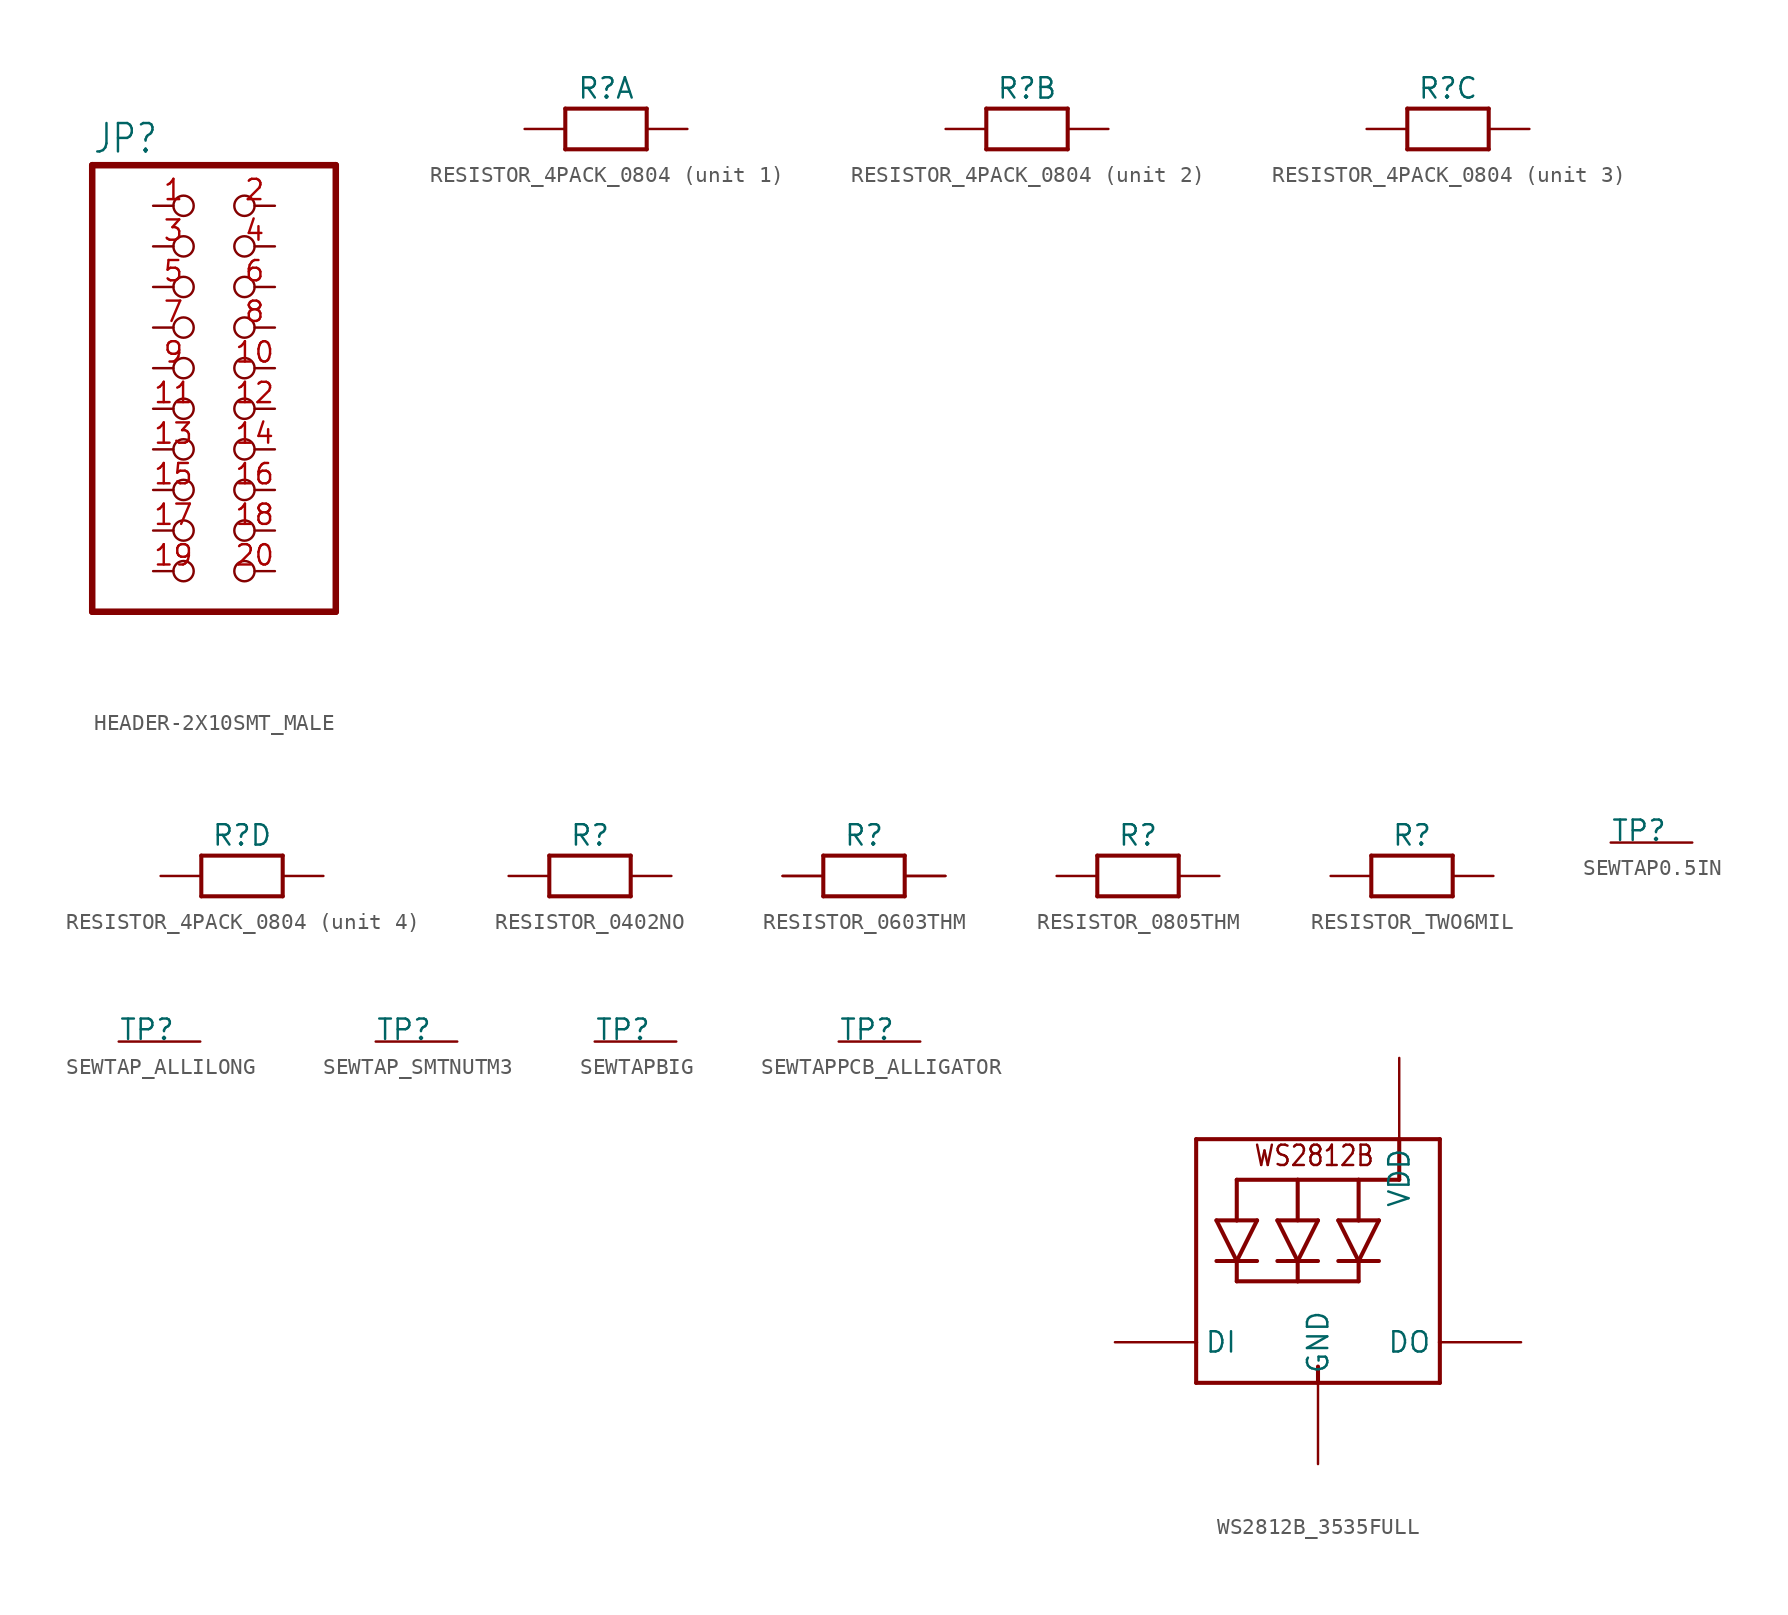
<source format=kicad_sym>
(kicad_symbol_lib
  (version 20231120)
  (generator "kicad_symbol_editor")
  (generator_version "8.0")
  (symbol "HEADER-2X10SMT_MALE"
    (property "Reference" "JP"
      (at -6.35 13.335 0)
      (effects (font (size 1.778 1.511)) (justify left bottom)))
    (property "Value" ""
      (at -6.35 -17.78 0)
      (effects (font (size 1.778 1.511)) (justify left bottom)))
    (property "ki_locked" ""
      (at 0 0 0)
      (effects (font (size 1.27 1.27))))
    (symbol "HEADER-2X10SMT_MALE_1_0"
      (polyline (pts (xy -6.35 -15.24) (xy 8.89 -15.24)) (stroke (width 0.406) (type solid)) (fill (type none)))
      (polyline (pts (xy -6.35 12.7) (xy -6.35 -15.24)) (stroke (width 0.406) (type solid)) (fill (type none)))
      (polyline (pts (xy 8.89 -15.24) (xy 8.89 12.7)) (stroke (width 0.406) (type solid)) (fill (type none)))
      (polyline (pts (xy 8.89 12.7) (xy -6.35 12.7)) (stroke (width 0.406) (type solid)) (fill (type none)))
      (pin passive inverted (at -2.54 10.16 0) (length 2.54) (name "1" (effects (font (size 0 0)))) (number "1" (effects (font (size 1.27 1.27)))))
      (pin passive inverted (at 5.08 0 180) (length 2.54) (name "10" (effects (font (size 0 0)))) (number "10" (effects (font (size 1.27 1.27)))))
      (pin passive inverted (at -2.54 -2.54 0) (length 2.54) (name "11" (effects (font (size 0 0)))) (number "11" (effects (font (size 1.27 1.27)))))
      (pin passive inverted (at 5.08 -2.54 180) (length 2.54) (name "12" (effects (font (size 0 0)))) (number "12" (effects (font (size 1.27 1.27)))))
      (pin passive inverted (at -2.54 -5.08 0) (length 2.54) (name "13" (effects (font (size 0 0)))) (number "13" (effects (font (size 1.27 1.27)))))
      (pin passive inverted (at 5.08 -5.08 180) (length 2.54) (name "14" (effects (font (size 0 0)))) (number "14" (effects (font (size 1.27 1.27)))))
      (pin passive inverted (at -2.54 -7.62 0) (length 2.54) (name "15" (effects (font (size 0 0)))) (number "15" (effects (font (size 1.27 1.27)))))
      (pin passive inverted (at 5.08 -7.62 180) (length 2.54) (name "16" (effects (font (size 0 0)))) (number "16" (effects (font (size 1.27 1.27)))))
      (pin passive inverted (at -2.54 -10.16 0) (length 2.54) (name "17" (effects (font (size 0 0)))) (number "17" (effects (font (size 1.27 1.27)))))
      (pin passive inverted (at 5.08 -10.16 180) (length 2.54) (name "18" (effects (font (size 0 0)))) (number "18" (effects (font (size 1.27 1.27)))))
      (pin passive inverted (at -2.54 -12.7 0) (length 2.54) (name "19" (effects (font (size 0 0)))) (number "19" (effects (font (size 1.27 1.27)))))
      (pin passive inverted (at 5.08 10.16 180) (length 2.54) (name "2" (effects (font (size 0 0)))) (number "2" (effects (font (size 1.27 1.27)))))
      (pin passive inverted (at 5.08 -12.7 180) (length 2.54) (name "20" (effects (font (size 0 0)))) (number "20" (effects (font (size 1.27 1.27)))))
      (pin passive inverted (at -2.54 7.62 0) (length 2.54) (name "3" (effects (font (size 0 0)))) (number "3" (effects (font (size 1.27 1.27)))))
      (pin passive inverted (at 5.08 7.62 180) (length 2.54) (name "4" (effects (font (size 0 0)))) (number "4" (effects (font (size 1.27 1.27)))))
      (pin passive inverted (at -2.54 5.08 0) (length 2.54) (name "5" (effects (font (size 0 0)))) (number "5" (effects (font (size 1.27 1.27)))))
      (pin passive inverted (at 5.08 5.08 180) (length 2.54) (name "6" (effects (font (size 0 0)))) (number "6" (effects (font (size 1.27 1.27)))))
      (pin passive inverted (at -2.54 2.54 0) (length 2.54) (name "7" (effects (font (size 0 0)))) (number "7" (effects (font (size 1.27 1.27)))))
      (pin passive inverted (at 5.08 2.54 180) (length 2.54) (name "8" (effects (font (size 0 0)))) (number "8" (effects (font (size 1.27 1.27)))))
      (pin passive inverted (at -2.54 0 0) (length 2.54) (name "9" (effects (font (size 0 0)))) (number "9" (effects (font (size 1.27 1.27)))))))
  (symbol "RESISTOR_4PACK_0804"
    (property "Reference" "R"
      (at 0 2.54 0)
      (effects (font (size 1.27 1.27))))
    (property "Value" ""
      (at 0 0 0)
      (effects (font (size 1.016 1.016) (thickness 0.203) (bold yes))))
    (property "ki_locked" ""
      (at 0 0 0)
      (effects (font (size 1.27 1.27))))
    (symbol "RESISTOR_4PACK_0804_1_0"
      (polyline (pts (xy -2.54 -1.27) (xy -2.54 1.27)) (stroke (width 0.254) (type solid)) (fill (type none)))
      (polyline (pts (xy -2.54 1.27) (xy 2.54 1.27)) (stroke (width 0.254) (type solid)) (fill (type none)))
      (polyline (pts (xy 2.54 -1.27) (xy -2.54 -1.27)) (stroke (width 0.254) (type solid)) (fill (type none)))
      (polyline (pts (xy 2.54 1.27) (xy 2.54 -1.27)) (stroke (width 0.254) (type solid)) (fill (type none)))
      (pin passive line (at -5.08 0 0) (length 2.54) (name "1" (effects (font (size 0 0)))) (number "1" (effects (font (size 0 0)))))
      (pin passive line (at 5.08 0 180) (length 2.54) (name "2" (effects (font (size 0 0)))) (number "8" (effects (font (size 0 0))))))
    (symbol "RESISTOR_4PACK_0804_2_0"
      (polyline (pts (xy -2.54 -1.27) (xy -2.54 1.27)) (stroke (width 0.254) (type solid)) (fill (type none)))
      (polyline (pts (xy -2.54 1.27) (xy 2.54 1.27)) (stroke (width 0.254) (type solid)) (fill (type none)))
      (polyline (pts (xy 2.54 -1.27) (xy -2.54 -1.27)) (stroke (width 0.254) (type solid)) (fill (type none)))
      (polyline (pts (xy 2.54 1.27) (xy 2.54 -1.27)) (stroke (width 0.254) (type solid)) (fill (type none)))
      (pin passive line (at -5.08 0 0) (length 2.54) (name "1" (effects (font (size 0 0)))) (number "2" (effects (font (size 0 0)))))
      (pin passive line (at 5.08 0 180) (length 2.54) (name "2" (effects (font (size 0 0)))) (number "7" (effects (font (size 0 0))))))
    (symbol "RESISTOR_4PACK_0804_3_0"
      (polyline (pts (xy -2.54 -1.27) (xy -2.54 1.27)) (stroke (width 0.254) (type solid)) (fill (type none)))
      (polyline (pts (xy -2.54 1.27) (xy 2.54 1.27)) (stroke (width 0.254) (type solid)) (fill (type none)))
      (polyline (pts (xy 2.54 -1.27) (xy -2.54 -1.27)) (stroke (width 0.254) (type solid)) (fill (type none)))
      (polyline (pts (xy 2.54 1.27) (xy 2.54 -1.27)) (stroke (width 0.254) (type solid)) (fill (type none)))
      (pin passive line (at -5.08 0 0) (length 2.54) (name "1" (effects (font (size 0 0)))) (number "3" (effects (font (size 0 0)))))
      (pin passive line (at 5.08 0 180) (length 2.54) (name "2" (effects (font (size 0 0)))) (number "6" (effects (font (size 0 0))))))
    (symbol "RESISTOR_4PACK_0804_4_0"
      (polyline (pts (xy -2.54 -1.27) (xy -2.54 1.27)) (stroke (width 0.254) (type solid)) (fill (type none)))
      (polyline (pts (xy -2.54 1.27) (xy 2.54 1.27)) (stroke (width 0.254) (type solid)) (fill (type none)))
      (polyline (pts (xy 2.54 -1.27) (xy -2.54 -1.27)) (stroke (width 0.254) (type solid)) (fill (type none)))
      (polyline (pts (xy 2.54 1.27) (xy 2.54 -1.27)) (stroke (width 0.254) (type solid)) (fill (type none)))
      (pin passive line (at -5.08 0 0) (length 2.54) (name "1" (effects (font (size 0 0)))) (number "4" (effects (font (size 0 0)))))
      (pin passive line (at 5.08 0 180) (length 2.54) (name "2" (effects (font (size 0 0)))) (number "5" (effects (font (size 0 0)))))))
  (symbol "RESISTOR_0402NO"
    (property "Reference" "R"
      (at 0 2.54 0)
      (effects (font (size 1.27 1.27))))
    (property "Value" ""
      (at 0 0 0)
      (effects (font (size 1.016 1.016) (thickness 0.203) (bold yes))))
    (property "ki_locked" ""
      (at 0 0 0)
      (effects (font (size 1.27 1.27))))
    (symbol "RESISTOR_0402NO_1_0"
      (polyline (pts (xy -2.54 -1.27) (xy -2.54 1.27)) (stroke (width 0.254) (type solid)) (fill (type none)))
      (polyline (pts (xy -2.54 1.27) (xy 2.54 1.27)) (stroke (width 0.254) (type solid)) (fill (type none)))
      (polyline (pts (xy 2.54 -1.27) (xy -2.54 -1.27)) (stroke (width 0.254) (type solid)) (fill (type none)))
      (polyline (pts (xy 2.54 1.27) (xy 2.54 -1.27)) (stroke (width 0.254) (type solid)) (fill (type none)))
      (pin passive line (at -5.08 0 0) (length 2.54) (name "1" (effects (font (size 0 0)))) (number "1" (effects (font (size 0 0)))))
      (pin passive line (at 5.08 0 180) (length 2.54) (name "2" (effects (font (size 0 0)))) (number "2" (effects (font (size 0 0)))))))
  (symbol "RESISTOR_0603THM"
    (property "Reference" "R"
      (at 0 2.54 0)
      (effects (font (size 1.27 1.27))))
    (property "Value" ""
      (at 0 0 0)
      (effects (font (size 1.016 1.016) (thickness 0.203) (bold yes))))
    (property "ki_locked" ""
      (at 0 0 0)
      (effects (font (size 1.27 1.27))))
    (symbol "RESISTOR_0603THM_1_0"
      (polyline (pts (xy -2.54 -1.27) (xy -2.54 1.27)) (stroke (width 0.254) (type solid)) (fill (type none)))
      (polyline (pts (xy -2.54 1.27) (xy 2.54 1.27)) (stroke (width 0.254) (type solid)) (fill (type none)))
      (polyline (pts (xy 2.54 -1.27) (xy -2.54 -1.27)) (stroke (width 0.254) (type solid)) (fill (type none)))
      (polyline (pts (xy 2.54 1.27) (xy 2.54 -1.27)) (stroke (width 0.254) (type solid)) (fill (type none)))
      (pin passive line (at -5.08 0 0) (length 2.54) (name "1" (effects (font (size 0 0)))) (number "1" (effects (font (size 0 0)))))
      (pin passive line (at -5.08 0 0) (length 2.54) (name "1" (effects (font (size 0 0)))) (number "11" (effects (font (size 0 0)))))
      (pin passive line (at 5.08 0 180) (length 2.54) (name "2" (effects (font (size 0 0)))) (number "2" (effects (font (size 0 0)))))
      (pin passive line (at 5.08 0 180) (length 2.54) (name "2" (effects (font (size 0 0)))) (number "22" (effects (font (size 0 0)))))))
  (symbol "RESISTOR_0805THM"
    (property "Reference" "R"
      (at 0 2.54 0)
      (effects (font (size 1.27 1.27))))
    (property "Value" ""
      (at 0 0 0)
      (effects (font (size 1.016 1.016) (thickness 0.203) (bold yes))))
    (property "ki_locked" ""
      (at 0 0 0)
      (effects (font (size 1.27 1.27))))
    (symbol "RESISTOR_0805THM_1_0"
      (polyline (pts (xy -2.54 -1.27) (xy -2.54 1.27)) (stroke (width 0.254) (type solid)) (fill (type none)))
      (polyline (pts (xy -2.54 1.27) (xy 2.54 1.27)) (stroke (width 0.254) (type solid)) (fill (type none)))
      (polyline (pts (xy 2.54 -1.27) (xy -2.54 -1.27)) (stroke (width 0.254) (type solid)) (fill (type none)))
      (polyline (pts (xy 2.54 1.27) (xy 2.54 -1.27)) (stroke (width 0.254) (type solid)) (fill (type none)))
      (pin passive line (at -5.08 0 0) (length 2.54) (name "1" (effects (font (size 0 0)))) (number "1" (effects (font (size 0 0)))))
      (pin passive line (at 5.08 0 180) (length 2.54) (name "2" (effects (font (size 0 0)))) (number "2" (effects (font (size 0 0)))))))
  (symbol "RESISTOR_TWO6MIL"
    (property "Reference" "R"
      (at 0 2.54 0)
      (effects (font (size 1.27 1.27))))
    (property "Value" ""
      (at 0 0 0)
      (effects (font (size 1.016 1.016) (thickness 0.203) (bold yes))))
    (property "ki_locked" ""
      (at 0 0 0)
      (effects (font (size 1.27 1.27))))
    (symbol "RESISTOR_TWO6MIL_1_0"
      (polyline (pts (xy -2.54 -1.27) (xy -2.54 1.27)) (stroke (width 0.254) (type solid)) (fill (type none)))
      (polyline (pts (xy -2.54 1.27) (xy 2.54 1.27)) (stroke (width 0.254) (type solid)) (fill (type none)))
      (polyline (pts (xy 2.54 -1.27) (xy -2.54 -1.27)) (stroke (width 0.254) (type solid)) (fill (type none)))
      (polyline (pts (xy 2.54 1.27) (xy 2.54 -1.27)) (stroke (width 0.254) (type solid)) (fill (type none)))
      (pin passive line (at -5.08 0 0) (length 2.54) (name "1" (effects (font (size 0 0)))) (number "1" (effects (font (size 0 0)))))
      (pin passive line (at 5.08 0 180) (length 2.54) (name "2" (effects (font (size 0 0)))) (number "2" (effects (font (size 0 0)))))))
  (symbol "SEWTAP0.5IN"
    (property "Reference" "TP"
      (at 0 0 0)
      (effects (font (size 1.27 1.27)) (justify left bottom)))
    (property "ki_locked" ""
      (at 0 0 0)
      (effects (font (size 1.27 1.27))))
    (symbol "SEWTAP0.5IN_1_0"
      (pin bidirectional line (at 0 0 0) (length 5.08) (name "SEW" (effects (font (size 0 0)))) (number "TAP" (effects (font (size 0 0)))))))
  (symbol "SEWTAP_ALLILONG"
    (property "Reference" "TP"
      (at 0 0 0)
      (effects (font (size 1.27 1.27)) (justify left bottom)))
    (property "ki_locked" ""
      (at 0 0 0)
      (effects (font (size 1.27 1.27))))
    (symbol "SEWTAP_ALLILONG_1_0"
      (pin bidirectional line (at 0 0 0) (length 5.08) (name "SEW" (effects (font (size 0 0)))) (number "P$1" (effects (font (size 0 0)))))))
  (symbol "SEWTAP_SMTNUTM3"
    (property "Reference" "TP"
      (at 0 0 0)
      (effects (font (size 1.27 1.27)) (justify left bottom)))
    (property "ki_locked" ""
      (at 0 0 0)
      (effects (font (size 1.27 1.27))))
    (symbol "SEWTAP_SMTNUTM3_1_0"
      (pin bidirectional line (at 0 0 0) (length 5.08) (name "SEW" (effects (font (size 0 0)))) (number "P$1" (effects (font (size 0 0)))))))
  (symbol "SEWTAPBIG"
    (property "Reference" "TP"
      (at 0 0 0)
      (effects (font (size 1.27 1.27)) (justify left bottom)))
    (property "ki_locked" ""
      (at 0 0 0)
      (effects (font (size 1.27 1.27))))
    (symbol "SEWTAPBIG_1_0"
      (pin bidirectional line (at 0 0 0) (length 5.08) (name "SEW" (effects (font (size 0 0)))) (number "P$1" (effects (font (size 0 0)))))))
  (symbol "SEWTAPPCB_ALLIGATOR"
    (property "Reference" "TP"
      (at 0 0 0)
      (effects (font (size 1.27 1.27)) (justify left bottom)))
    (property "ki_locked" ""
      (at 0 0 0)
      (effects (font (size 1.27 1.27))))
    (symbol "SEWTAPPCB_ALLIGATOR_1_0"
      (pin bidirectional line (at 0 0 0) (length 5.08) (name "SEW" (effects (font (size 0 0)))) (number "P$1" (effects (font (size 0 0)))))))
  (symbol "WS2812B_3535FULL"
    (property "Reference" "LED"
      (at 0 0 0)
      (effects (font (size 1.27 1.27)) (hide yes)))
    (property "ki_locked" ""
      (at 0 0 0)
      (effects (font (size 1.27 1.27))))
    (symbol "WS2812B_3535FULL_1_0"
      (polyline (pts (xy -7.62 -5.08) (xy 0 -5.08)) (stroke (width 0.254) (type solid)) (fill (type none)))
      (polyline (pts (xy -7.62 -2.54) (xy -7.62 -5.08)) (stroke (width 0.254) (type solid)) (fill (type none)))
      (polyline (pts (xy -7.62 10.16) (xy -7.62 -2.54)) (stroke (width 0.254) (type solid)) (fill (type none)))
      (polyline (pts (xy -6.35 2.54) (xy -5.08 2.54)) (stroke (width 0.254) (type solid)) (fill (type none)))
      (polyline (pts (xy -6.35 5.08) (xy -5.08 5.08)) (stroke (width 0.254) (type solid)) (fill (type none)))
      (polyline (pts (xy -5.08 2.54) (xy -6.35 5.08)) (stroke (width 0.254) (type solid)) (fill (type none)))
      (polyline (pts (xy -5.08 2.54) (xy -5.08 1.27)) (stroke (width 0.254) (type solid)) (fill (type none)))
      (polyline (pts (xy -5.08 2.54) (xy -3.81 5.08)) (stroke (width 0.254) (type solid)) (fill (type none)))
      (polyline (pts (xy -5.08 5.08) (xy -3.81 5.08)) (stroke (width 0.254) (type solid)) (fill (type none)))
      (polyline (pts (xy -5.08 7.62) (xy -5.08 5.08)) (stroke (width 0.254) (type solid)) (fill (type none)))
      (polyline (pts (xy -3.81 2.54) (xy -5.08 2.54)) (stroke (width 0.254) (type solid)) (fill (type none)))
      (polyline (pts (xy -2.54 2.54) (xy -1.27 2.54)) (stroke (width 0.254) (type solid)) (fill (type none)))
      (polyline (pts (xy -2.54 5.08) (xy 0 5.08)) (stroke (width 0.254) (type solid)) (fill (type none)))
      (polyline (pts (xy -1.27 1.27) (xy -5.08 1.27)) (stroke (width 0.254) (type solid)) (fill (type none)))
      (polyline (pts (xy -1.27 2.54) (xy -2.54 5.08)) (stroke (width 0.254) (type solid)) (fill (type none)))
      (polyline (pts (xy -1.27 2.54) (xy -1.27 1.27)) (stroke (width 0.254) (type solid)) (fill (type none)))
      (polyline (pts (xy -1.27 2.54) (xy 0 2.54)) (stroke (width 0.254) (type solid)) (fill (type none)))
      (polyline (pts (xy -1.27 5.08) (xy -1.27 7.62)) (stroke (width 0.254) (type solid)) (fill (type none)))
      (polyline (pts (xy -1.27 7.62) (xy -5.08 7.62)) (stroke (width 0.254) (type solid)) (fill (type none)))
      (polyline (pts (xy 0 -5.08) (xy 7.62 -5.08)) (stroke (width 0.254) (type solid)) (fill (type none)))
      (polyline (pts (xy 0 -4.064) (xy 0 -5.08)) (stroke (width 0.254) (type solid)) (fill (type none)))
      (polyline (pts (xy 0 5.08) (xy -1.27 2.54)) (stroke (width 0.254) (type solid)) (fill (type none)))
      (polyline (pts (xy 1.27 5.08) (xy 2.54 2.54)) (stroke (width 0.254) (type solid)) (fill (type none)))
      (polyline (pts (xy 1.27 5.08) (xy 2.54 5.08)) (stroke (width 0.254) (type solid)) (fill (type none)))
      (polyline (pts (xy 2.54 1.27) (xy -1.27 1.27)) (stroke (width 0.254) (type solid)) (fill (type none)))
      (polyline (pts (xy 2.54 2.54) (xy 1.27 2.54)) (stroke (width 0.254) (type solid)) (fill (type none)))
      (polyline (pts (xy 2.54 2.54) (xy 2.54 1.27)) (stroke (width 0.254) (type solid)) (fill (type none)))
      (polyline (pts (xy 2.54 2.54) (xy 3.81 2.54)) (stroke (width 0.254) (type solid)) (fill (type none)))
      (polyline (pts (xy 2.54 2.54) (xy 3.81 5.08)) (stroke (width 0.254) (type solid)) (fill (type none)))
      (polyline (pts (xy 2.54 5.08) (xy 2.54 7.62)) (stroke (width 0.254) (type solid)) (fill (type none)))
      (polyline (pts (xy 2.54 7.62) (xy -1.27 7.62)) (stroke (width 0.254) (type solid)) (fill (type none)))
      (polyline (pts (xy 2.54 7.62) (xy 5.08 7.62)) (stroke (width 0.254) (type solid)) (fill (type none)))
      (polyline (pts (xy 3.81 5.08) (xy 2.54 5.08)) (stroke (width 0.254) (type solid)) (fill (type none)))
      (polyline (pts (xy 5.08 10.16) (xy -7.62 10.16)) (stroke (width 0.254) (type solid)) (fill (type none)))
      (polyline (pts (xy 5.08 10.16) (xy 5.08 7.62)) (stroke (width 0.254) (type solid)) (fill (type none)))
      (polyline (pts (xy 7.62 -5.08) (xy 7.62 -2.54)) (stroke (width 0.254) (type solid)) (fill (type none)))
      (polyline (pts (xy 7.62 -2.54) (xy 7.62 10.16)) (stroke (width 0.254) (type solid)) (fill (type none)))
      (polyline (pts (xy 7.62 10.16) (xy 5.08 10.16)) (stroke (width 0.254) (type solid)) (fill (type none)))
      (text "WS2812B" (at -4.064 8.382 0) (effects (font (size 1.27 1.079)) (justify left bottom)))
      (pin input line (at -12.7 -2.54 0) (length 5.08) (name "DI" (effects (font (size 1.27 1.27)))) (number "1" (effects (font (size 0 0)))))
      (pin power_in line (at 5.08 15.24 270) (length 5.08) (name "VDD" (effects (font (size 1.27 1.27)))) (number "2" (effects (font (size 0 0)))))
      (pin output line (at 12.7 -2.54 180) (length 5.08) (name "DO" (effects (font (size 1.27 1.27)))) (number "3" (effects (font (size 0 0)))))
      (pin power_in line (at 0 -10.16 90) (length 5.08) (name "GND" (effects (font (size 1.27 1.27)))) (number "4" (effects (font (size 0 0))))))))
</source>
